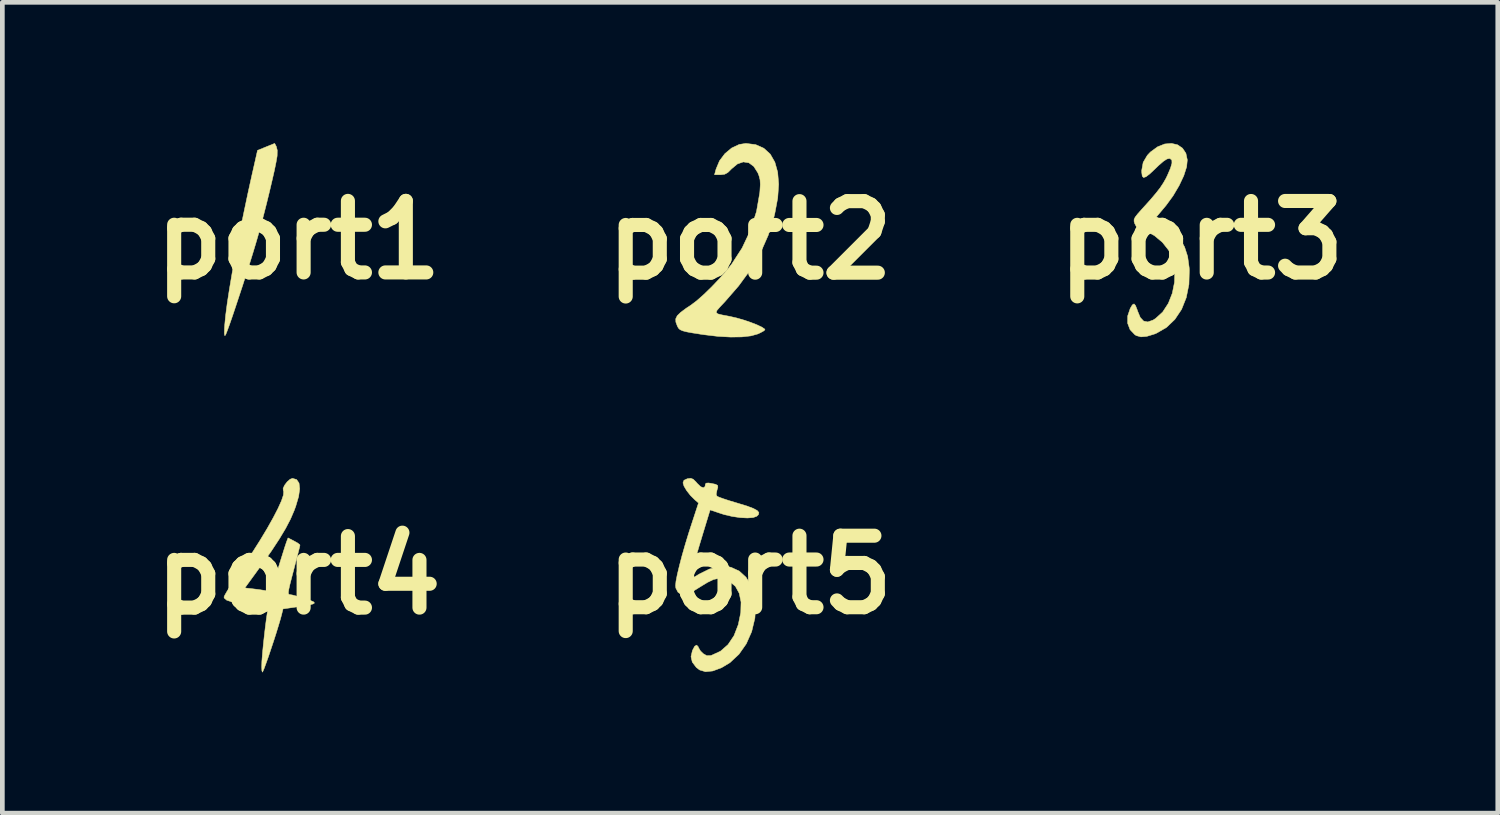
<source format=kicad_pcb>
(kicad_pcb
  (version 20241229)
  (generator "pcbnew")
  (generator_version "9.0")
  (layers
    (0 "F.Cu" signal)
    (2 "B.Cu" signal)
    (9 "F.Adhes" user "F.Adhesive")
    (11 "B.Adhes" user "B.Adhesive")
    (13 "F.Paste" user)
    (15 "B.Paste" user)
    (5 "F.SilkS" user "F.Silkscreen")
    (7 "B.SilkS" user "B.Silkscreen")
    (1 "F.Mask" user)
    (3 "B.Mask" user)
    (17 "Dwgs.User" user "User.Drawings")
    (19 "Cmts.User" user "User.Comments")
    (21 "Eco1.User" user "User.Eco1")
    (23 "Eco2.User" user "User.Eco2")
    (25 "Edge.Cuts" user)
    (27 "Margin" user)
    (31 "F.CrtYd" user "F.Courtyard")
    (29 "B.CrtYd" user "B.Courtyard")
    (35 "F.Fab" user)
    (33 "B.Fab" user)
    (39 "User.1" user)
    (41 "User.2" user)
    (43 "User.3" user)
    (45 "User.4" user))
  (footprint "port5"
    (layer "F.Cu")
    (at 12.928 9.196)
    (property "Reference" "port5" (at 0 0 0) (layer "F.SilkS") (effects (font (size 1.524 1.524) (thickness 0.3))))
    (attr through_hole)
    (fp_poly (pts (xy -1.211 -2.037) (xy -1.152 -1.98) (xy -1.128 -1.951) (xy -1.052 -1.878) (xy -0.993 -1.855) (xy -0.959 -1.882) (xy -0.953 -1.924) (xy -0.939 -1.953) (xy -0.889 -1.958) (xy -0.833 -1.95) (xy -0.737 -1.93) (xy -0.692 -1.907) (xy -0.686 -1.868) (xy -0.704 -1.807) (xy -0.722 -1.717) (xy -0.706 -1.677) (xy -0.665 -1.657) (xy -0.575 -1.624) (xy -0.448 -1.582) (xy -0.298 -1.537) (xy -0.268 -1.528) (xy -0.071 -1.468) (xy 0.068 -1.416) (xy 0.153 -1.37) (xy 0.188 -1.327) (xy 0.178 -1.283) (xy 0.143 -1.249) (xy 0.066 -1.221) (xy -0.057 -1.212) (xy -0.211 -1.22) (xy -0.381 -1.245) (xy -0.552 -1.285) (xy -0.624 -1.308) (xy -0.851 -1.384) (xy -1.011 -0.859) (xy -1.092 -0.59) (xy -1.159 -0.361) (xy -1.211 -0.174) (xy -1.246 -0.036) (xy -1.264 0.051) (xy -1.264 0.08) (xy -1.234 0.07) (xy -1.166 0.033) (xy -1.079 -0.019) (xy -0.867 -0.124) (xy -0.658 -0.176) (xy -0.463 -0.174) (xy -0.403 -0.16) (xy -0.229 -0.08) (xy -0.087 0.05) (xy 0.021 0.222) (xy 0.09 0.431) (xy 0.118 0.668) (xy 0.103 0.922) (xy 0.034 1.21) (xy -0.081 1.469) (xy -0.237 1.691) (xy -0.429 1.87) (xy -0.609 1.978) (xy -0.794 2.047) (xy -0.949 2.063) (xy -1.075 2.025) (xy -1.144 1.973) (xy -1.231 1.858) (xy -1.258 1.742) (xy -1.228 1.612) (xy -1.226 1.608) (xy -1.18 1.521) (xy -1.138 1.496) (xy -1.104 1.532) (xy -1.096 1.555) (xy -1.057 1.62) (xy -0.997 1.679) (xy -0.923 1.721) (xy -0.843 1.719) (xy -0.819 1.713) (xy -0.63 1.626) (xy -0.47 1.486) (xy -0.342 1.295) (xy -0.251 1.06) (xy -0.25 1.057) (xy -0.198 0.802) (xy -0.192 0.579) (xy -0.231 0.392) (xy -0.313 0.243) (xy -0.439 0.139) (xy -0.463 0.126) (xy -0.57 0.085) (xy -0.67 0.075) (xy -0.777 0.098) (xy -0.905 0.159) (xy -1.061 0.254) (xy -1.178 0.327) (xy -1.283 0.387) (xy -1.36 0.424) (xy -1.378 0.431) (xy -1.463 0.423) (xy -1.536 0.368) (xy -1.581 0.282) (xy -1.587 0.23) (xy -1.578 0.136) (xy -1.55 -0.008) (xy -1.506 -0.192) (xy -1.45 -0.407) (xy -1.383 -0.641) (xy -1.309 -0.885) (xy -1.263 -1.028) (xy -1.098 -1.532) (xy -1.176 -1.599) (xy -1.269 -1.691) (xy -1.35 -1.794) (xy -1.407 -1.89) (xy -1.429 -1.961) (xy -1.408 -2.015) (xy -1.339 -2.047) (xy -1.329 -2.049) (xy -1.263 -2.057) (xy -1.211 -2.037)) (stroke (width 0.01) (type solid)) (fill yes) (layer "F.SilkS")))
  (footprint "port3"
    (layer "F.Cu")
    (at 22.547 2.066)
    (property "Reference" "port3" (at 0 0 0) (layer "F.SilkS") (effects (font (size 1.524 1.524) (thickness 0.3))))
    (attr through_hole)
    (fp_poly (pts (xy -0.512 -2.031) (xy -0.407 -1.959) (xy -0.335 -1.851) (xy -0.305 -1.71) (xy -0.319 -1.563) (xy -0.38 -1.373) (xy -0.48 -1.161) (xy -0.608 -0.945) (xy -0.754 -0.745) (xy -0.77 -0.725) (xy -0.963 -0.496) (xy -0.886 -0.449) (xy -0.828 -0.404) (xy -0.743 -0.328) (xy -0.644 -0.235) (xy -0.616 -0.207) (xy -0.466 -0.034) (xy -0.363 0.145) (xy -0.298 0.346) (xy -0.265 0.586) (xy -0.262 0.635) (xy -0.27 0.941) (xy -0.327 1.223) (xy -0.427 1.474) (xy -0.57 1.688) (xy -0.75 1.86) (xy -0.966 1.984) (xy -1.003 1.999) (xy -1.167 2.049) (xy -1.292 2.06) (xy -1.391 2.033) (xy -1.422 2.014) (xy -1.524 1.907) (xy -1.576 1.77) (xy -1.575 1.615) (xy -1.521 1.455) (xy -1.476 1.379) (xy -1.44 1.357) (xy -1.408 1.393) (xy -1.371 1.488) (xy -1.365 1.508) (xy -1.307 1.647) (xy -1.235 1.724) (xy -1.146 1.742) (xy -1.035 1.703) (xy -0.98 1.668) (xy -0.829 1.53) (xy -0.709 1.346) (xy -0.624 1.13) (xy -0.577 0.895) (xy -0.572 0.652) (xy -0.613 0.414) (xy -0.616 0.403) (xy -0.701 0.216) (xy -0.836 0.045) (xy -1.007 -0.098) (xy -1.202 -0.201) (xy -1.307 -0.233) (xy -1.387 -0.282) (xy -1.425 -0.354) (xy -1.439 -0.401) (xy -1.438 -0.443) (xy -1.415 -0.491) (xy -1.363 -0.558) (xy -1.277 -0.655) (xy -1.246 -0.689) (xy -1.091 -0.861) (xy -0.974 -0.999) (xy -0.884 -1.114) (xy -0.816 -1.217) (xy -0.759 -1.317) (xy -0.728 -1.381) (xy -0.663 -1.533) (xy -0.632 -1.639) (xy -0.634 -1.704) (xy -0.67 -1.736) (xy -0.688 -1.74) (xy -0.739 -1.729) (xy -0.813 -1.681) (xy -0.917 -1.591) (xy -0.986 -1.524) (xy -1.103 -1.414) (xy -1.185 -1.351) (xy -1.237 -1.334) (xy -1.265 -1.364) (xy -1.275 -1.439) (xy -1.276 -1.487) (xy -1.245 -1.657) (xy -1.156 -1.808) (xy -1.09 -1.878) (xy -0.939 -1.988) (xy -0.786 -2.049) (xy -0.641 -2.061) (xy -0.512 -2.031)) (stroke (width 0.01) (type solid)) (fill yes) (layer "F.SilkS")))
  (footprint "port1"
    (layer "F.Cu")
    (at 3.309 2.064)
    (property "Reference" "port1" (at 0 0 0) (layer "F.SilkS") (effects (font (size 1.524 1.524) (thickness 0.3))))
    (attr through_hole)
    (fp_poly (pts (xy -0.473 -1.993) (xy -0.453 -1.914) (xy -0.455 -1.802) (xy -0.457 -1.781) (xy -0.478 -1.66) (xy -0.513 -1.488) (xy -0.561 -1.278) (xy -0.617 -1.04) (xy -0.679 -0.786) (xy -0.745 -0.527) (xy -0.813 -0.275) (xy -0.862 -0.095) (xy -0.911 0.073) (xy -0.971 0.272) (xy -1.039 0.492) (xy -1.113 0.725) (xy -1.189 0.962) (xy -1.266 1.195) (xy -1.339 1.416) (xy -1.406 1.616) (xy -1.465 1.786) (xy -1.513 1.918) (xy -1.547 2.004) (xy -1.56 2.03) (xy -1.574 2.033) (xy -1.58 1.979) (xy -1.576 1.865) (xy -1.572 1.81) (xy -1.552 1.603) (xy -1.518 1.342) (xy -1.47 1.033) (xy -1.411 0.683) (xy -1.341 0.299) (xy -1.261 -0.113) (xy -1.173 -0.546) (xy -1.079 -0.992) (xy -0.979 -1.445) (xy -0.976 -1.456) (xy -0.873 -1.911) (xy -0.691 -1.985) (xy -0.508 -2.059) (xy -0.473 -1.993)) (stroke (width 0.01) (type solid)) (fill yes) (layer "F.SilkS")))
  (footprint "port2"
    (layer "F.Cu")
    (at 12.928 2.069)
    (property "Reference" "port2" (at 0 0 0) (layer "F.SilkS") (effects (font (size 1.524 1.524) (thickness 0.3))))
    (attr through_hole)
    (fp_poly (pts (xy 0.12 -2.038) (xy 0.293 -1.961) (xy 0.43 -1.836) (xy 0.528 -1.665) (xy 0.588 -1.451) (xy 0.609 -1.195) (xy 0.589 -0.901) (xy 0.527 -0.571) (xy 0.51 -0.501) (xy 0.388 -0.111) (xy 0.225 0.259) (xy 0.016 0.617) (xy -0.245 0.973) (xy -0.538 1.31) (xy -0.643 1.421) (xy -0.705 1.493) (xy -0.722 1.538) (xy -0.688 1.567) (xy -0.601 1.589) (xy -0.457 1.616) (xy -0.433 1.621) (xy -0.288 1.654) (xy -0.135 1.698) (xy 0.013 1.748) (xy 0.144 1.799) (xy 0.246 1.847) (xy 0.307 1.887) (xy 0.318 1.905) (xy 0.291 1.93) (xy 0.222 1.968) (xy 0.161 1.996) (xy 0.017 2.036) (xy -0.177 2.058) (xy -0.415 2.061) (xy -0.685 2.046) (xy -0.979 2.011) (xy -1.048 2.001) (xy -1.226 1.973) (xy -1.352 1.95) (xy -1.436 1.928) (xy -1.49 1.904) (xy -1.523 1.874) (xy -1.546 1.834) (xy -1.551 1.822) (xy -1.581 1.741) (xy -1.583 1.672) (xy -1.551 1.606) (xy -1.478 1.535) (xy -1.36 1.447) (xy -1.27 1.388) (xy -1.139 1.29) (xy -0.984 1.153) (xy -0.817 0.991) (xy -0.65 0.815) (xy -0.496 0.638) (xy -0.396 0.513) (xy -0.169 0.163) (xy 0.01 -0.217) (xy 0.137 -0.613) (xy 0.207 -1.014) (xy 0.21 -1.05) (xy 0.218 -1.188) (xy 0.213 -1.287) (xy 0.191 -1.373) (xy 0.166 -1.437) (xy 0.08 -1.573) (xy -0.025 -1.651) (xy -0.144 -1.67) (xy -0.269 -1.627) (xy -0.394 -1.523) (xy -0.395 -1.522) (xy -0.473 -1.445) (xy -0.54 -1.408) (xy -0.622 -1.397) (xy -0.632 -1.397) (xy -0.757 -1.397) (xy -0.725 -1.516) (xy -0.651 -1.693) (xy -0.536 -1.846) (xy -0.392 -1.966) (xy -0.231 -2.042) (xy -0.089 -2.064) (xy 0.12 -2.038)) (stroke (width 0.01) (type solid)) (fill yes) (layer "F.SilkS")))
  (footprint "port4"
    (layer "F.Cu")
    (at 3.309 9.204)
    (property "Reference" "port4" (at 0 0 0) (layer "F.SilkS") (effects (font (size 1.524 1.524) (thickness 0.3))))
    (attr through_hole)
    (fp_poly (pts (xy -0.04 -2.038) (xy 0.011 -1.963) (xy 0.025 -1.842) (xy 0.002 -1.677) (xy -0.059 -1.47) (xy -0.092 -1.38) (xy -0.171 -1.196) (xy -0.275 -0.997) (xy -0.408 -0.775) (xy -0.574 -0.522) (xy -0.778 -0.232) (xy -0.831 -0.159) (xy -1.143 0.27) (xy -0.976 0.289) (xy -0.853 0.304) (xy -0.734 0.322) (xy -0.692 0.33) (xy -0.619 0.34) (xy -0.579 0.327) (xy -0.555 0.275) (xy -0.539 0.215) (xy -0.514 0.125) (xy -0.476 -0.006) (xy -0.43 -0.159) (xy -0.38 -0.321) (xy -0.332 -0.474) (xy -0.291 -0.605) (xy -0.26 -0.697) (xy -0.252 -0.72) (xy -0.223 -0.796) (xy -0.096 -0.73) (xy -0.019 -0.687) (xy 0.026 -0.652) (xy 0.031 -0.642) (xy 0.024 -0.605) (xy 0.002 -0.518) (xy -0.03 -0.391) (xy -0.071 -0.237) (xy -0.095 -0.143) (xy -0.147 0.054) (xy -0.184 0.198) (xy -0.206 0.297) (xy -0.216 0.36) (xy -0.214 0.395) (xy -0.201 0.409) (xy -0.179 0.413) (xy -0.176 0.413) (xy -0.126 0.422) (xy -0.033 0.447) (xy 0.086 0.482) (xy 0.133 0.497) (xy 0.25 0.536) (xy 0.32 0.566) (xy 0.34 0.591) (xy 0.308 0.612) (xy 0.22 0.634) (xy 0.073 0.659) (xy -0.047 0.676) (xy -0.33 0.717) (xy -0.357 0.827) (xy -0.385 0.932) (xy -0.426 1.07) (xy -0.475 1.23) (xy -0.53 1.401) (xy -0.587 1.572) (xy -0.641 1.733) (xy -0.691 1.873) (xy -0.731 1.982) (xy -0.759 2.048) (xy -0.769 2.064) (xy -0.78 2.035) (xy -0.784 1.956) (xy -0.781 1.843) (xy -0.777 1.786) (xy -0.765 1.638) (xy -0.748 1.465) (xy -0.728 1.282) (xy -0.707 1.102) (xy -0.686 0.939) (xy -0.667 0.808) (xy -0.651 0.723) (xy -0.648 0.71) (xy -0.643 0.681) (xy -0.653 0.661) (xy -0.689 0.646) (xy -0.76 0.636) (xy -0.876 0.627) (xy -1.005 0.619) (xy -1.242 0.598) (xy -1.416 0.569) (xy -1.53 0.531) (xy -1.583 0.485) (xy -1.587 0.463) (xy -1.57 0.424) (xy -1.522 0.341) (xy -1.449 0.222) (xy -1.354 0.075) (xy -1.245 -0.091) (xy -1.195 -0.165) (xy -0.998 -0.462) (xy -0.821 -0.741) (xy -0.667 -0.997) (xy -0.538 -1.227) (xy -0.436 -1.424) (xy -0.363 -1.586) (xy -0.322 -1.708) (xy -0.316 -1.784) (xy -0.324 -1.802) (xy -0.328 -1.85) (xy -0.296 -1.919) (xy -0.242 -1.99) (xy -0.179 -2.045) (xy -0.128 -2.064) (xy -0.04 -2.038)) (stroke (width 0.01) (type solid)) (fill yes) (layer "F.SilkS")))
  (gr_rect
    (start -3 -3)
    (end 28.856 14.272)
    (stroke (width 0.1) (type default))
    (fill no)
    (layer "Edge.Cuts")))
</source>
